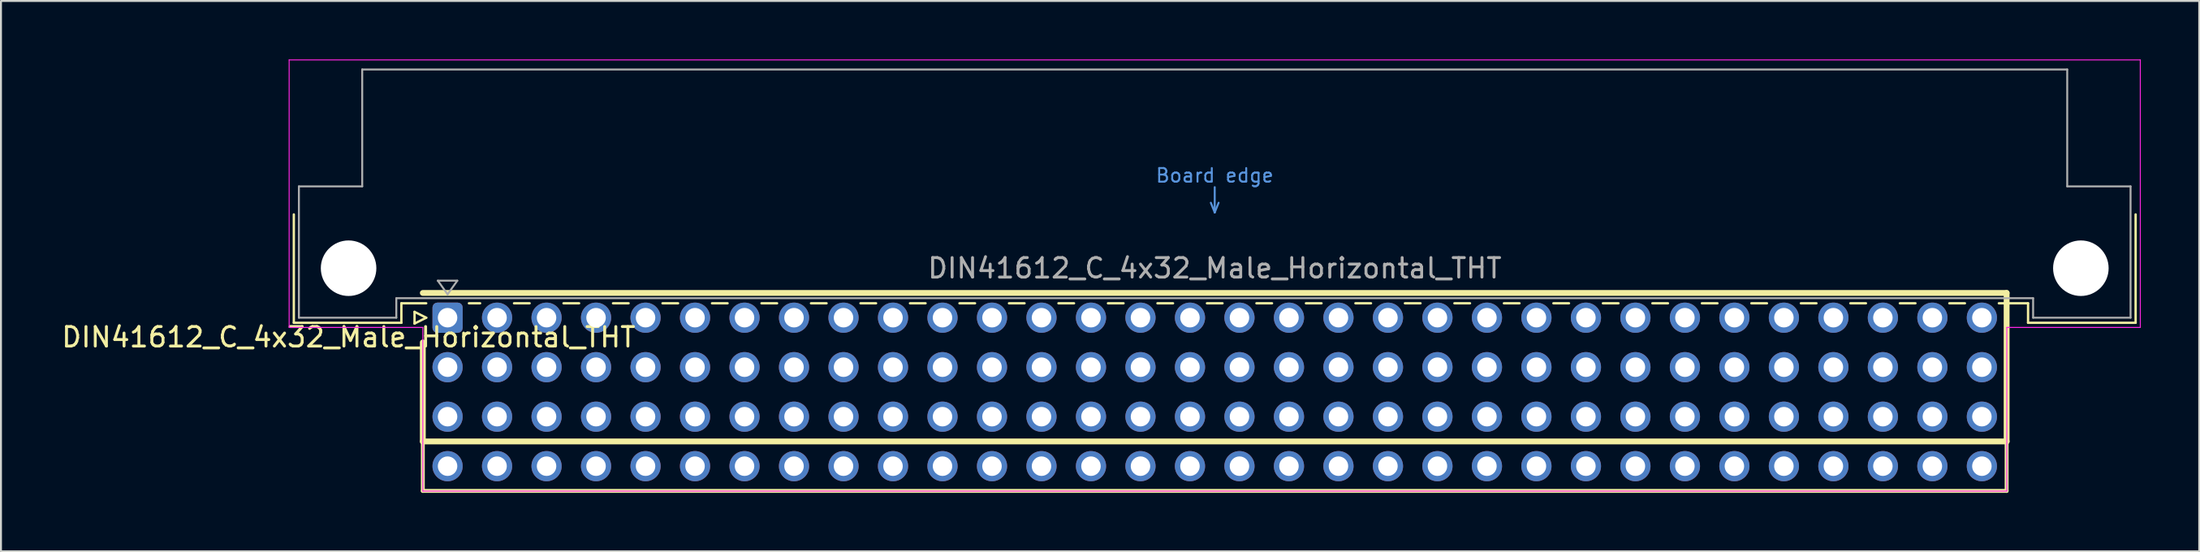
<source format=kicad_pcb>
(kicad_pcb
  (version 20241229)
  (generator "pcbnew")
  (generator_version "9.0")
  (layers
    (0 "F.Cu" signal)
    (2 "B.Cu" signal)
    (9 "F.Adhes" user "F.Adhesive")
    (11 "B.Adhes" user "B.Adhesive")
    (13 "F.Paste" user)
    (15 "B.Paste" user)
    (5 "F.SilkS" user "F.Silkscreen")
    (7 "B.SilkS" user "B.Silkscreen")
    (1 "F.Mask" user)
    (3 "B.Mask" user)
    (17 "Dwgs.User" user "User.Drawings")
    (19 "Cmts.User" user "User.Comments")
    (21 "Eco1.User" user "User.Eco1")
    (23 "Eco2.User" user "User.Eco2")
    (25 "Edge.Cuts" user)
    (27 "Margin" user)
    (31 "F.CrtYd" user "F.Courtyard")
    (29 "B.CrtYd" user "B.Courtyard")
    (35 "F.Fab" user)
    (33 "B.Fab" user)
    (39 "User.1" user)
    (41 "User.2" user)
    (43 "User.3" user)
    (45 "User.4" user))
  (footprint "DIN41612_C_4x32_Male_Horizontal_THT"
    (layer "F.Cu")
    (at 19.919 13.255)
    (property "Reference" "DIN41612_C_4x32_Male_Horizontal_THT" (at -5.08 1 0) (layer "F.SilkS") (effects (font (size 1 1) (thickness 0.15))))
    (attr through_hole)
    (fp_line (start -7.89 -5.3) (end -7.89 0.26) (stroke (width 0.12) (type solid)) (layer "F.SilkS"))
    (fp_line (start -7.89 0.26) (end -2.37 0.26) (stroke (width 0.12) (type solid)) (layer "F.SilkS"))
    (fp_line (start -2.371 -0.74) (end -1.095 -0.74) (stroke (width 0.12) (type solid)) (layer "F.SilkS"))
    (fp_line (start -2.37 0.26) (end -2.37 -0.74) (stroke (width 0.12) (type solid)) (layer "F.SilkS"))
    (fp_line (start -1.695 -0.3) (end -1.695 0.3) (stroke (width 0.12) (type solid)) (layer "F.SilkS"))
    (fp_line (start -1.695 0.3) (end -1.095 0) (stroke (width 0.12) (type solid)) (layer "F.SilkS"))
    (fp_line (start -1.27 -1.27) (end 80.01 -1.27) (stroke (width 0.3) (type default)) (layer "F.SilkS"))
    (fp_line (start -1.27 6.35) (end -1.27 1.27) (stroke (width 0.3) (type default)) (layer "F.SilkS"))
    (fp_line (start -1.27 6.35) (end 80.01 6.35) (stroke (width 0.3) (type default)) (layer "F.SilkS"))
    (fp_line (start -1.27 8.89) (end -1.27 6.35) (stroke (width 0.2) (type default)) (layer "F.SilkS"))
    (fp_line (start -1.27 8.89) (end 80.01 8.89) (stroke (width 0.2) (type default)) (layer "F.SilkS"))
    (fp_line (start -1.095 0) (end -1.695 -0.3) (stroke (width 0.12) (type solid)) (layer "F.SilkS"))
    (fp_line (start 1.095 -0.74) (end 1.671 -0.74) (stroke (width 0.12) (type solid)) (layer "F.SilkS"))
    (fp_line (start 3.41 -0.74) (end 4.211 -0.74) (stroke (width 0.12) (type solid)) (layer "F.SilkS"))
    (fp_line (start 5.95 -0.74) (end 6.751 -0.74) (stroke (width 0.12) (type solid)) (layer "F.SilkS"))
    (fp_line (start 8.49 -0.74) (end 9.291 -0.74) (stroke (width 0.12) (type solid)) (layer "F.SilkS"))
    (fp_line (start 11.03 -0.74) (end 11.831 -0.74) (stroke (width 0.12) (type solid)) (layer "F.SilkS"))
    (fp_line (start 13.57 -0.74) (end 14.371 -0.74) (stroke (width 0.12) (type solid)) (layer "F.SilkS"))
    (fp_line (start 16.11 -0.74) (end 16.911 -0.74) (stroke (width 0.12) (type solid)) (layer "F.SilkS"))
    (fp_line (start 18.65 -0.74) (end 19.451 -0.74) (stroke (width 0.12) (type solid)) (layer "F.SilkS"))
    (fp_line (start 21.19 -0.74) (end 21.991 -0.74) (stroke (width 0.12) (type solid)) (layer "F.SilkS"))
    (fp_line (start 23.73 -0.74) (end 24.531 -0.74) (stroke (width 0.12) (type solid)) (layer "F.SilkS"))
    (fp_line (start 26.27 -0.74) (end 27.071 -0.74) (stroke (width 0.12) (type solid)) (layer "F.SilkS"))
    (fp_line (start 28.81 -0.74) (end 29.611 -0.74) (stroke (width 0.12) (type solid)) (layer "F.SilkS"))
    (fp_line (start 31.35 -0.74) (end 32.151 -0.74) (stroke (width 0.12) (type solid)) (layer "F.SilkS"))
    (fp_line (start 33.89 -0.74) (end 34.691 -0.74) (stroke (width 0.12) (type solid)) (layer "F.SilkS"))
    (fp_line (start 36.43 -0.74) (end 37.231 -0.74) (stroke (width 0.12) (type solid)) (layer "F.SilkS"))
    (fp_line (start 38.97 -0.74) (end 39.771 -0.74) (stroke (width 0.12) (type solid)) (layer "F.SilkS"))
    (fp_line (start 41.51 -0.74) (end 42.311 -0.74) (stroke (width 0.12) (type solid)) (layer "F.SilkS"))
    (fp_line (start 44.05 -0.74) (end 44.851 -0.74) (stroke (width 0.12) (type solid)) (layer "F.SilkS"))
    (fp_line (start 46.59 -0.74) (end 47.391 -0.74) (stroke (width 0.12) (type solid)) (layer "F.SilkS"))
    (fp_line (start 49.13 -0.74) (end 49.931 -0.74) (stroke (width 0.12) (type solid)) (layer "F.SilkS"))
    (fp_line (start 51.67 -0.74) (end 52.471 -0.74) (stroke (width 0.12) (type solid)) (layer "F.SilkS"))
    (fp_line (start 54.21 -0.74) (end 55.011 -0.74) (stroke (width 0.12) (type solid)) (layer "F.SilkS"))
    (fp_line (start 56.75 -0.74) (end 57.551 -0.74) (stroke (width 0.12) (type solid)) (layer "F.SilkS"))
    (fp_line (start 59.29 -0.74) (end 60.091 -0.74) (stroke (width 0.12) (type solid)) (layer "F.SilkS"))
    (fp_line (start 61.83 -0.74) (end 62.631 -0.74) (stroke (width 0.12) (type solid)) (layer "F.SilkS"))
    (fp_line (start 64.37 -0.74) (end 65.171 -0.74) (stroke (width 0.12) (type solid)) (layer "F.SilkS"))
    (fp_line (start 66.91 -0.74) (end 67.711 -0.74) (stroke (width 0.12) (type solid)) (layer "F.SilkS"))
    (fp_line (start 69.45 -0.74) (end 70.251 -0.74) (stroke (width 0.12) (type solid)) (layer "F.SilkS"))
    (fp_line (start 71.99 -0.74) (end 72.791 -0.74) (stroke (width 0.12) (type solid)) (layer "F.SilkS"))
    (fp_line (start 74.53 -0.74) (end 75.331 -0.74) (stroke (width 0.12) (type solid)) (layer "F.SilkS"))
    (fp_line (start 77.07 -0.74) (end 77.871 -0.74) (stroke (width 0.12) (type solid)) (layer "F.SilkS"))
    (fp_line (start 79.61 -0.74) (end 81.11 -0.74) (stroke (width 0.12) (type solid)) (layer "F.SilkS"))
    (fp_line (start 80.01 6.35) (end 80.01 -1.27) (stroke (width 0.3) (type default)) (layer "F.SilkS"))
    (fp_line (start 80.01 8.89) (end 80.01 6.35) (stroke (width 0.2) (type default)) (layer "F.SilkS"))
    (fp_line (start 81.11 0.26) (end 81.11 -0.74) (stroke (width 0.12) (type solid)) (layer "F.SilkS"))
    (fp_line (start 86.63 -5.3) (end 86.63 0.26) (stroke (width 0.12) (type solid)) (layer "F.SilkS"))
    (fp_line (start 86.63 0.26) (end 81.11 0.26) (stroke (width 0.12) (type solid)) (layer "F.SilkS"))
    (fp_line (start 39.17 -5.9) (end 39.37 -5.4) (stroke (width 0.1) (type solid)) (layer "Cmts.User"))
    (fp_line (start 39.37 -5.4) (end 39.37 -6.7) (stroke (width 0.1) (type solid)) (layer "Cmts.User"))
    (fp_line (start 39.37 -5.4) (end 39.57 -5.9) (stroke (width 0.1) (type solid)) (layer "Cmts.User"))
    (fp_line (start -8.13 -13.23) (end -8.13 0.5) (stroke (width 0.05) (type solid)) (layer "F.CrtYd"))
    (fp_line (start -8.13 0.5) (end -1.27 0.5) (stroke (width 0.05) (type solid)) (layer "F.CrtYd"))
    (fp_line (start -1.27 0.5) (end -1.27 8.9) (stroke (width 0.05) (type solid)) (layer "F.CrtYd"))
    (fp_line (start -1.27 8.9) (end 80.02 8.9) (stroke (width 0.05) (type solid)) (layer "F.CrtYd"))
    (fp_line (start 80.02 0.5) (end 86.87 0.5) (stroke (width 0.05) (type solid)) (layer "F.CrtYd"))
    (fp_line (start 80.02 8.89) (end 80.02 0.5) (stroke (width 0.05) (type solid)) (layer "F.CrtYd"))
    (fp_line (start 86.87 -13.23) (end -8.13 -13.23) (stroke (width 0.05) (type solid)) (layer "F.CrtYd"))
    (fp_line (start 86.87 0.5) (end 86.87 -13.23) (stroke (width 0.05) (type solid)) (layer "F.CrtYd"))
    (fp_line (start -7.63 -6.74) (end -7.63 0) (stroke (width 0.1) (type solid)) (layer "F.Fab"))
    (fp_line (start -7.63 0) (end -2.63 0) (stroke (width 0.1) (type solid)) (layer "F.Fab"))
    (fp_line (start -4.38 -12.74) (end -4.38 -6.74) (stroke (width 0.1) (type solid)) (layer "F.Fab"))
    (fp_line (start -4.38 -6.74) (end -7.63 -6.74) (stroke (width 0.1) (type solid)) (layer "F.Fab"))
    (fp_line (start -2.63 -1) (end 81.37 -1) (stroke (width 0.1) (type solid)) (layer "F.Fab"))
    (fp_line (start -2.63 0) (end -2.63 -1) (stroke (width 0.1) (type solid)) (layer "F.Fab"))
    (fp_line (start -0.5 -1.9) (end 0.5 -1.9) (stroke (width 0.1) (type solid)) (layer "F.Fab"))
    (fp_line (start 0 -1.2) (end -0.5 -1.9) (stroke (width 0.1) (type solid)) (layer "F.Fab"))
    (fp_line (start 0.5 -1.9) (end 0 -1.2) (stroke (width 0.1) (type solid)) (layer "F.Fab"))
    (fp_line (start 81.37 -1) (end 81.37 0) (stroke (width 0.1) (type solid)) (layer "F.Fab"))
    (fp_line (start 81.37 0) (end 86.37 0) (stroke (width 0.1) (type solid)) (layer "F.Fab"))
    (fp_line (start 83.12 -12.74) (end -4.38 -12.74) (stroke (width 0.1) (type solid)) (layer "F.Fab"))
    (fp_line (start 83.12 -6.74) (end 83.12 -12.74) (stroke (width 0.1) (type solid)) (layer "F.Fab"))
    (fp_line (start 86.37 -6.74) (end 83.12 -6.74) (stroke (width 0.1) (type solid)) (layer "F.Fab"))
    (fp_line (start 86.37 0) (end 86.37 -6.74) (stroke (width 0.1) (type solid)) (layer "F.Fab"))
    (fp_text user "Board edge" (at 39.37 -7.3 0) (layer "Cmts.User") (effects (font (size 0.7 0.7) (thickness 0.1))))
    (fp_text user "${REFERENCE}" (at 39.37 -2.54 0) (layer "F.Fab") (effects (font (size 1 1) (thickness 0.15))))
    (pad "" np_thru_hole circle (at -5.08 -2.54) (size 2.85 2.85) (drill 2.85) (layers "*.Cu" "*.Mask"))
    (pad "" np_thru_hole circle (at 83.82 -2.54) (size 2.85 2.85) (drill 2.85) (layers "*.Cu" "*.Mask"))
    (pad "a1" thru_hole roundrect (at 0 0) (size 1.55 1.55) (drill 1) (layers "*.Cu" "*.Mask") (roundrect_rratio 0.161))
    (pad "a2" thru_hole circle (at 2.54 0) (size 1.55 1.55) (drill 1) (layers "*.Cu" "*.Mask"))
    (pad "a3" thru_hole circle (at 5.08 0) (size 1.55 1.55) (drill 1) (layers "*.Cu" "*.Mask"))
    (pad "a4" thru_hole circle (at 7.62 0) (size 1.55 1.55) (drill 1) (layers "*.Cu" "*.Mask"))
    (pad "a5" thru_hole circle (at 10.16 0) (size 1.55 1.55) (drill 1) (layers "*.Cu" "*.Mask"))
    (pad "a6" thru_hole circle (at 12.7 0) (size 1.55 1.55) (drill 1) (layers "*.Cu" "*.Mask"))
    (pad "a7" thru_hole circle (at 15.24 0) (size 1.55 1.55) (drill 1) (layers "*.Cu" "*.Mask"))
    (pad "a8" thru_hole circle (at 17.78 0) (size 1.55 1.55) (drill 1) (layers "*.Cu" "*.Mask"))
    (pad "a9" thru_hole circle (at 20.32 0) (size 1.55 1.55) (drill 1) (layers "*.Cu" "*.Mask"))
    (pad "a10" thru_hole circle (at 22.86 0) (size 1.55 1.55) (drill 1) (layers "*.Cu" "*.Mask"))
    (pad "a11" thru_hole circle (at 25.4 0) (size 1.55 1.55) (drill 1) (layers "*.Cu" "*.Mask"))
    (pad "a12" thru_hole circle (at 27.94 0) (size 1.55 1.55) (drill 1) (layers "*.Cu" "*.Mask"))
    (pad "a13" thru_hole circle (at 30.48 0) (size 1.55 1.55) (drill 1) (layers "*.Cu" "*.Mask"))
    (pad "a14" thru_hole circle (at 33.02 0) (size 1.55 1.55) (drill 1) (layers "*.Cu" "*.Mask"))
    (pad "a15" thru_hole circle (at 35.56 0) (size 1.55 1.55) (drill 1) (layers "*.Cu" "*.Mask"))
    (pad "a16" thru_hole circle (at 38.1 0) (size 1.55 1.55) (drill 1) (layers "*.Cu" "*.Mask"))
    (pad "a17" thru_hole circle (at 40.64 0) (size 1.55 1.55) (drill 1) (layers "*.Cu" "*.Mask"))
    (pad "a18" thru_hole circle (at 43.18 0) (size 1.55 1.55) (drill 1) (layers "*.Cu" "*.Mask"))
    (pad "a19" thru_hole circle (at 45.72 0) (size 1.55 1.55) (drill 1) (layers "*.Cu" "*.Mask"))
    (pad "a20" thru_hole circle (at 48.26 0) (size 1.55 1.55) (drill 1) (layers "*.Cu" "*.Mask"))
    (pad "a21" thru_hole circle (at 50.8 0) (size 1.55 1.55) (drill 1) (layers "*.Cu" "*.Mask"))
    (pad "a22" thru_hole circle (at 53.34 0) (size 1.55 1.55) (drill 1) (layers "*.Cu" "*.Mask"))
    (pad "a23" thru_hole circle (at 55.88 0) (size 1.55 1.55) (drill 1) (layers "*.Cu" "*.Mask"))
    (pad "a24" thru_hole circle (at 58.42 0) (size 1.55 1.55) (drill 1) (layers "*.Cu" "*.Mask"))
    (pad "a25" thru_hole circle (at 60.96 0) (size 1.55 1.55) (drill 1) (layers "*.Cu" "*.Mask"))
    (pad "a26" thru_hole circle (at 63.5 0) (size 1.55 1.55) (drill 1) (layers "*.Cu" "*.Mask"))
    (pad "a27" thru_hole circle (at 66.04 0) (size 1.55 1.55) (drill 1) (layers "*.Cu" "*.Mask"))
    (pad "a28" thru_hole circle (at 68.58 0) (size 1.55 1.55) (drill 1) (layers "*.Cu" "*.Mask"))
    (pad "a29" thru_hole circle (at 71.12 0) (size 1.55 1.55) (drill 1) (layers "*.Cu" "*.Mask"))
    (pad "a30" thru_hole circle (at 73.66 0) (size 1.55 1.55) (drill 1) (layers "*.Cu" "*.Mask"))
    (pad "a31" thru_hole circle (at 76.2 0) (size 1.55 1.55) (drill 1) (layers "*.Cu" "*.Mask"))
    (pad "a32" thru_hole circle (at 78.74 0) (size 1.55 1.55) (drill 1) (layers "*.Cu" "*.Mask"))
    (pad "b1" thru_hole circle (at 0 2.54) (size 1.55 1.55) (drill 1) (layers "*.Cu" "*.Mask"))
    (pad "b2" thru_hole circle (at 2.54 2.54) (size 1.55 1.55) (drill 1) (layers "*.Cu" "*.Mask"))
    (pad "b3" thru_hole circle (at 5.08 2.54) (size 1.55 1.55) (drill 1) (layers "*.Cu" "*.Mask"))
    (pad "b4" thru_hole circle (at 7.62 2.54) (size 1.55 1.55) (drill 1) (layers "*.Cu" "*.Mask"))
    (pad "b5" thru_hole circle (at 10.16 2.54) (size 1.55 1.55) (drill 1) (layers "*.Cu" "*.Mask"))
    (pad "b6" thru_hole circle (at 12.7 2.54) (size 1.55 1.55) (drill 1) (layers "*.Cu" "*.Mask"))
    (pad "b7" thru_hole circle (at 15.24 2.54) (size 1.55 1.55) (drill 1) (layers "*.Cu" "*.Mask"))
    (pad "b8" thru_hole circle (at 17.78 2.54) (size 1.55 1.55) (drill 1) (layers "*.Cu" "*.Mask"))
    (pad "b9" thru_hole circle (at 20.32 2.54) (size 1.55 1.55) (drill 1) (layers "*.Cu" "*.Mask"))
    (pad "b10" thru_hole circle (at 22.86 2.54) (size 1.55 1.55) (drill 1) (layers "*.Cu" "*.Mask"))
    (pad "b11" thru_hole circle (at 25.4 2.54) (size 1.55 1.55) (drill 1) (layers "*.Cu" "*.Mask"))
    (pad "b12" thru_hole circle (at 27.94 2.54) (size 1.55 1.55) (drill 1) (layers "*.Cu" "*.Mask"))
    (pad "b13" thru_hole circle (at 30.48 2.54) (size 1.55 1.55) (drill 1) (layers "*.Cu" "*.Mask"))
    (pad "b14" thru_hole circle (at 33.02 2.54) (size 1.55 1.55) (drill 1) (layers "*.Cu" "*.Mask"))
    (pad "b15" thru_hole circle (at 35.56 2.54) (size 1.55 1.55) (drill 1) (layers "*.Cu" "*.Mask"))
    (pad "b16" thru_hole circle (at 38.1 2.54) (size 1.55 1.55) (drill 1) (layers "*.Cu" "*.Mask"))
    (pad "b17" thru_hole circle (at 40.64 2.54) (size 1.55 1.55) (drill 1) (layers "*.Cu" "*.Mask"))
    (pad "b18" thru_hole circle (at 43.18 2.54) (size 1.55 1.55) (drill 1) (layers "*.Cu" "*.Mask"))
    (pad "b19" thru_hole circle (at 45.72 2.54) (size 1.55 1.55) (drill 1) (layers "*.Cu" "*.Mask"))
    (pad "b20" thru_hole circle (at 48.26 2.54) (size 1.55 1.55) (drill 1) (layers "*.Cu" "*.Mask"))
    (pad "b21" thru_hole circle (at 50.8 2.54) (size 1.55 1.55) (drill 1) (layers "*.Cu" "*.Mask"))
    (pad "b22" thru_hole circle (at 53.34 2.54) (size 1.55 1.55) (drill 1) (layers "*.Cu" "*.Mask"))
    (pad "b23" thru_hole circle (at 55.88 2.54) (size 1.55 1.55) (drill 1) (layers "*.Cu" "*.Mask"))
    (pad "b24" thru_hole circle (at 58.42 2.54) (size 1.55 1.55) (drill 1) (layers "*.Cu" "*.Mask"))
    (pad "b25" thru_hole circle (at 60.96 2.54) (size 1.55 1.55) (drill 1) (layers "*.Cu" "*.Mask"))
    (pad "b26" thru_hole circle (at 63.5 2.54) (size 1.55 1.55) (drill 1) (layers "*.Cu" "*.Mask"))
    (pad "b27" thru_hole circle (at 66.04 2.54) (size 1.55 1.55) (drill 1) (layers "*.Cu" "*.Mask"))
    (pad "b28" thru_hole circle (at 68.58 2.54) (size 1.55 1.55) (drill 1) (layers "*.Cu" "*.Mask"))
    (pad "b29" thru_hole circle (at 71.12 2.54) (size 1.55 1.55) (drill 1) (layers "*.Cu" "*.Mask"))
    (pad "b30" thru_hole circle (at 73.66 2.54) (size 1.55 1.55) (drill 1) (layers "*.Cu" "*.Mask"))
    (pad "b31" thru_hole circle (at 76.2 2.54) (size 1.55 1.55) (drill 1) (layers "*.Cu" "*.Mask"))
    (pad "b32" thru_hole circle (at 78.74 2.54) (size 1.55 1.55) (drill 1) (layers "*.Cu" "*.Mask"))
    (pad "c1" thru_hole circle (at 0 5.08) (size 1.55 1.55) (drill 1) (layers "*.Cu" "*.Mask"))
    (pad "c2" thru_hole circle (at 2.54 5.08) (size 1.55 1.55) (drill 1) (layers "*.Cu" "*.Mask"))
    (pad "c3" thru_hole circle (at 5.08 5.08) (size 1.55 1.55) (drill 1) (layers "*.Cu" "*.Mask"))
    (pad "c4" thru_hole circle (at 7.62 5.08) (size 1.55 1.55) (drill 1) (layers "*.Cu" "*.Mask"))
    (pad "c5" thru_hole circle (at 10.16 5.08) (size 1.55 1.55) (drill 1) (layers "*.Cu" "*.Mask"))
    (pad "c6" thru_hole circle (at 12.7 5.08) (size 1.55 1.55) (drill 1) (layers "*.Cu" "*.Mask"))
    (pad "c7" thru_hole circle (at 15.24 5.08) (size 1.55 1.55) (drill 1) (layers "*.Cu" "*.Mask"))
    (pad "c8" thru_hole circle (at 17.78 5.08) (size 1.55 1.55) (drill 1) (layers "*.Cu" "*.Mask"))
    (pad "c9" thru_hole circle (at 20.32 5.08) (size 1.55 1.55) (drill 1) (layers "*.Cu" "*.Mask"))
    (pad "c10" thru_hole circle (at 22.86 5.08) (size 1.55 1.55) (drill 1) (layers "*.Cu" "*.Mask"))
    (pad "c11" thru_hole circle (at 25.4 5.08) (size 1.55 1.55) (drill 1) (layers "*.Cu" "*.Mask"))
    (pad "c12" thru_hole circle (at 27.94 5.08) (size 1.55 1.55) (drill 1) (layers "*.Cu" "*.Mask"))
    (pad "c13" thru_hole circle (at 30.48 5.08) (size 1.55 1.55) (drill 1) (layers "*.Cu" "*.Mask"))
    (pad "c14" thru_hole circle (at 33.02 5.08) (size 1.55 1.55) (drill 1) (layers "*.Cu" "*.Mask"))
    (pad "c15" thru_hole circle (at 35.56 5.08) (size 1.55 1.55) (drill 1) (layers "*.Cu" "*.Mask"))
    (pad "c16" thru_hole circle (at 38.1 5.08) (size 1.55 1.55) (drill 1) (layers "*.Cu" "*.Mask"))
    (pad "c17" thru_hole circle (at 40.64 5.08) (size 1.55 1.55) (drill 1) (layers "*.Cu" "*.Mask"))
    (pad "c18" thru_hole circle (at 43.18 5.08) (size 1.55 1.55) (drill 1) (layers "*.Cu" "*.Mask"))
    (pad "c19" thru_hole circle (at 45.72 5.08) (size 1.55 1.55) (drill 1) (layers "*.Cu" "*.Mask"))
    (pad "c20" thru_hole circle (at 48.26 5.08) (size 1.55 1.55) (drill 1) (layers "*.Cu" "*.Mask"))
    (pad "c21" thru_hole circle (at 50.8 5.08) (size 1.55 1.55) (drill 1) (layers "*.Cu" "*.Mask"))
    (pad "c22" thru_hole circle (at 53.34 5.08) (size 1.55 1.55) (drill 1) (layers "*.Cu" "*.Mask"))
    (pad "c23" thru_hole circle (at 55.88 5.08) (size 1.55 1.55) (drill 1) (layers "*.Cu" "*.Mask"))
    (pad "c24" thru_hole circle (at 58.42 5.08) (size 1.55 1.55) (drill 1) (layers "*.Cu" "*.Mask"))
    (pad "c25" thru_hole circle (at 60.96 5.08) (size 1.55 1.55) (drill 1) (layers "*.Cu" "*.Mask"))
    (pad "c26" thru_hole circle (at 63.5 5.08) (size 1.55 1.55) (drill 1) (layers "*.Cu" "*.Mask"))
    (pad "c27" thru_hole circle (at 66.04 5.08) (size 1.55 1.55) (drill 1) (layers "*.Cu" "*.Mask"))
    (pad "c28" thru_hole circle (at 68.58 5.08) (size 1.55 1.55) (drill 1) (layers "*.Cu" "*.Mask"))
    (pad "c29" thru_hole circle (at 71.12 5.08) (size 1.55 1.55) (drill 1) (layers "*.Cu" "*.Mask"))
    (pad "c30" thru_hole circle (at 73.66 5.08) (size 1.55 1.55) (drill 1) (layers "*.Cu" "*.Mask"))
    (pad "c31" thru_hole circle (at 76.2 5.08) (size 1.55 1.55) (drill 1) (layers "*.Cu" "*.Mask"))
    (pad "c32" thru_hole circle (at 78.74 5.08) (size 1.55 1.55) (drill 1) (layers "*.Cu" "*.Mask"))
    (pad "d1" thru_hole circle (at 0 7.62) (size 1.55 1.55) (drill 1) (layers "*.Cu" "*.Mask"))
    (pad "d2" thru_hole circle (at 2.54 7.62) (size 1.55 1.55) (drill 1) (layers "*.Cu" "*.Mask"))
    (pad "d3" thru_hole circle (at 5.08 7.62) (size 1.55 1.55) (drill 1) (layers "*.Cu" "*.Mask"))
    (pad "d4" thru_hole circle (at 7.62 7.62) (size 1.55 1.55) (drill 1) (layers "*.Cu" "*.Mask"))
    (pad "d5" thru_hole circle (at 10.16 7.62) (size 1.55 1.55) (drill 1) (layers "*.Cu" "*.Mask"))
    (pad "d6" thru_hole circle (at 12.7 7.62) (size 1.55 1.55) (drill 1) (layers "*.Cu" "*.Mask"))
    (pad "d7" thru_hole circle (at 15.24 7.62) (size 1.55 1.55) (drill 1) (layers "*.Cu" "*.Mask"))
    (pad "d8" thru_hole circle (at 17.78 7.62) (size 1.55 1.55) (drill 1) (layers "*.Cu" "*.Mask"))
    (pad "d9" thru_hole circle (at 20.32 7.62) (size 1.55 1.55) (drill 1) (layers "*.Cu" "*.Mask"))
    (pad "d10" thru_hole circle (at 22.86 7.62) (size 1.55 1.55) (drill 1) (layers "*.Cu" "*.Mask"))
    (pad "d11" thru_hole circle (at 25.4 7.62) (size 1.55 1.55) (drill 1) (layers "*.Cu" "*.Mask"))
    (pad "d12" thru_hole circle (at 27.94 7.62) (size 1.55 1.55) (drill 1) (layers "*.Cu" "*.Mask"))
    (pad "d13" thru_hole circle (at 30.48 7.62) (size 1.55 1.55) (drill 1) (layers "*.Cu" "*.Mask"))
    (pad "d14" thru_hole circle (at 33.02 7.62) (size 1.55 1.55) (drill 1) (layers "*.Cu" "*.Mask"))
    (pad "d15" thru_hole circle (at 35.56 7.62) (size 1.55 1.55) (drill 1) (layers "*.Cu" "*.Mask"))
    (pad "d16" thru_hole circle (at 38.1 7.62) (size 1.55 1.55) (drill 1) (layers "*.Cu" "*.Mask"))
    (pad "d17" thru_hole circle (at 40.64 7.62) (size 1.55 1.55) (drill 1) (layers "*.Cu" "*.Mask"))
    (pad "d18" thru_hole circle (at 43.18 7.62) (size 1.55 1.55) (drill 1) (layers "*.Cu" "*.Mask"))
    (pad "d19" thru_hole circle (at 45.72 7.62) (size 1.55 1.55) (drill 1) (layers "*.Cu" "*.Mask"))
    (pad "d20" thru_hole circle (at 48.26 7.62) (size 1.55 1.55) (drill 1) (layers "*.Cu" "*.Mask"))
    (pad "d21" thru_hole circle (at 50.8 7.62) (size 1.55 1.55) (drill 1) (layers "*.Cu" "*.Mask"))
    (pad "d22" thru_hole circle (at 53.34 7.62) (size 1.55 1.55) (drill 1) (layers "*.Cu" "*.Mask"))
    (pad "d23" thru_hole circle (at 55.88 7.62) (size 1.55 1.55) (drill 1) (layers "*.Cu" "*.Mask"))
    (pad "d24" thru_hole circle (at 58.42 7.62) (size 1.55 1.55) (drill 1) (layers "*.Cu" "*.Mask"))
    (pad "d25" thru_hole circle (at 60.96 7.62) (size 1.55 1.55) (drill 1) (layers "*.Cu" "*.Mask"))
    (pad "d26" thru_hole circle (at 63.5 7.62) (size 1.55 1.55) (drill 1) (layers "*.Cu" "*.Mask"))
    (pad "d27" thru_hole circle (at 66.04 7.62) (size 1.55 1.55) (drill 1) (layers "*.Cu" "*.Mask"))
    (pad "d28" thru_hole circle (at 68.58 7.62) (size 1.55 1.55) (drill 1) (layers "*.Cu" "*.Mask"))
    (pad "d29" thru_hole circle (at 71.12 7.62) (size 1.55 1.55) (drill 1) (layers "*.Cu" "*.Mask"))
    (pad "d30" thru_hole circle (at 73.66 7.62) (size 1.55 1.55) (drill 1) (layers "*.Cu" "*.Mask"))
    (pad "d31" thru_hole circle (at 76.2 7.62) (size 1.55 1.55) (drill 1) (layers "*.Cu" "*.Mask"))
    (pad "d32" thru_hole circle (at 78.74 7.62) (size 1.55 1.55) (drill 1) (layers "*.Cu" "*.Mask")))
  (gr_rect
    (start -3 -3)
    (end 109.814 25.245)
    (stroke (width 0.1) (type default))
    (fill no)
    (layer "Edge.Cuts")))
</source>
